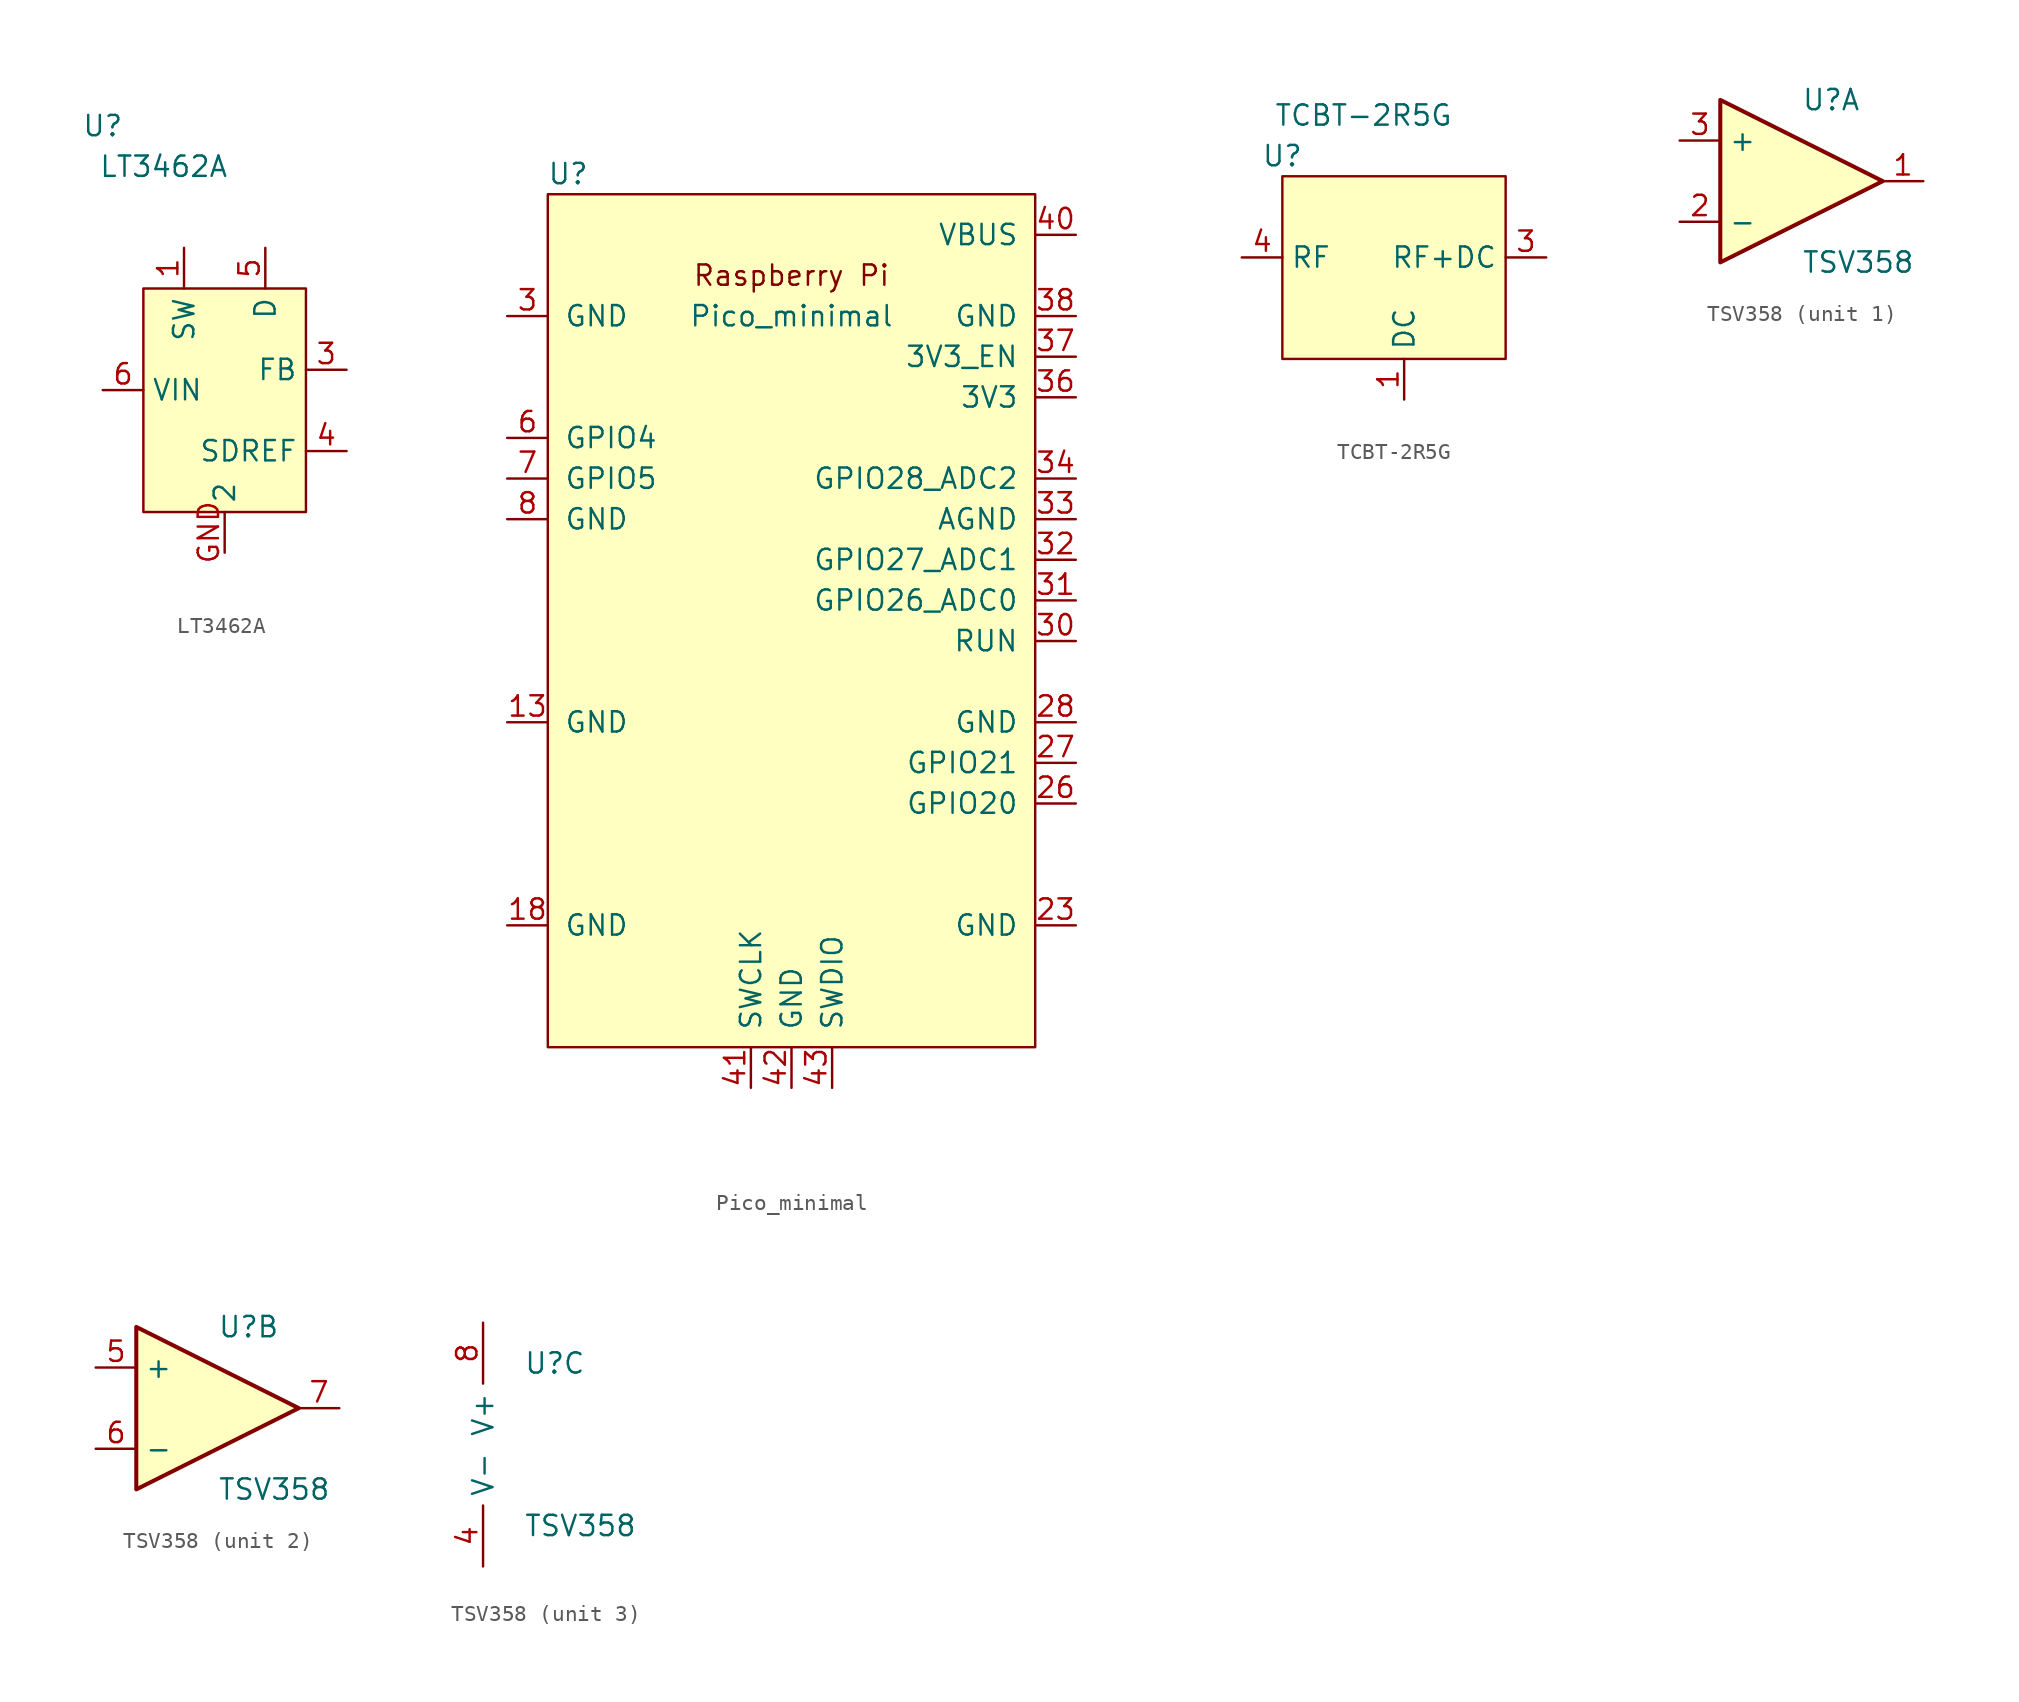
<source format=kicad_sym>
(kicad_symbol_lib
  (version 20211014)
  (generator kicad_symbol_editor)
  (symbol "LT3462A"
    (property "Reference" "U"
      (at -7.62 15.24 0)
      (effects (font (size 1.27 1.27))))
    (property "Value" "LT3462A"
      (at -3.81 12.7 0)
      (effects (font (size 1.27 1.27))))
    (symbol "LT3462A_0_1"
      (rectangle (start -5.08 5.08) (end 5.08 -8.89) (stroke (width 0) (type default) (color 0 0 0 0)) (fill (type background))))
    (symbol "LT3462A_1_1"
      (pin input line (at -2.54 7.62 270) (length 2.54) (name "SW" (effects (font (size 1.27 1.27)))) (number "1" (effects (font (size 1.27 1.27)))))
      (pin input line (at 7.62 0 180) (length 2.54) (name "FB" (effects (font (size 1.27 1.27)))) (number "3" (effects (font (size 1.27 1.27)))))
      (pin input line (at 7.62 -5.08 180) (length 2.54) (name "SDREF" (effects (font (size 1.27 1.27)))) (number "4" (effects (font (size 1.27 1.27)))))
      (pin input line (at 2.54 7.62 270) (length 2.54) (name "D" (effects (font (size 1.27 1.27)))) (number "5" (effects (font (size 1.27 1.27)))))
      (pin input line (at -7.62 -1.27 0) (length 2.54) (name "VIN" (effects (font (size 1.27 1.27)))) (number "6" (effects (font (size 1.27 1.27)))))
      (pin input line (at 0 -11.43 90) (length 2.54) (name "2" (effects (font (size 1.27 1.27)))) (number "GND" (effects (font (size 1.27 1.27)))))))
  (symbol "Pico_minimal"
    (pin_names
      (offset 1.016))
    (property "Reference" "U"
      (at -13.97 27.94 0)
      (effects (font (size 1.27 1.27))))
    (property "Value" "Pico_minimal"
      (at 0 19.05 0)
      (effects (font (size 1.27 1.27))))
    (symbol "Pico_minimal_0_0"
      (text "Raspberry Pi" (at 0 21.59 0) (effects (font (size 1.27 1.27)))))
    (symbol "Pico_minimal_0_1"
      (rectangle (start -15.24 26.67) (end 15.24 -26.67) (stroke (width 0) (type default) (color 0 0 0 0)) (fill (type background))))
    (symbol "Pico_minimal_1_1"
      (pin power_in line (at -17.78 -6.35 0) (length 2.54) (name "GND" (effects (font (size 1.27 1.27)))) (number "13" (effects (font (size 1.27 1.27)))))
      (pin power_in line (at -17.78 -19.05 0) (length 2.54) (name "GND" (effects (font (size 1.27 1.27)))) (number "18" (effects (font (size 1.27 1.27)))))
      (pin power_in line (at 17.78 -19.05 180) (length 2.54) (name "GND" (effects (font (size 1.27 1.27)))) (number "23" (effects (font (size 1.27 1.27)))))
      (pin bidirectional line (at 17.78 -11.43 180) (length 2.54) (name "GPIO20" (effects (font (size 1.27 1.27)))) (number "26" (effects (font (size 1.27 1.27)))))
      (pin bidirectional line (at 17.78 -8.89 180) (length 2.54) (name "GPIO21" (effects (font (size 1.27 1.27)))) (number "27" (effects (font (size 1.27 1.27)))))
      (pin power_in line (at 17.78 -6.35 180) (length 2.54) (name "GND" (effects (font (size 1.27 1.27)))) (number "28" (effects (font (size 1.27 1.27)))))
      (pin power_in line (at -17.78 19.05 0) (length 2.54) (name "GND" (effects (font (size 1.27 1.27)))) (number "3" (effects (font (size 1.27 1.27)))))
      (pin input line (at 17.78 -1.27 180) (length 2.54) (name "RUN" (effects (font (size 1.27 1.27)))) (number "30" (effects (font (size 1.27 1.27)))))
      (pin bidirectional line (at 17.78 1.27 180) (length 2.54) (name "GPIO26_ADC0" (effects (font (size 1.27 1.27)))) (number "31" (effects (font (size 1.27 1.27)))))
      (pin bidirectional line (at 17.78 3.81 180) (length 2.54) (name "GPIO27_ADC1" (effects (font (size 1.27 1.27)))) (number "32" (effects (font (size 1.27 1.27)))))
      (pin power_in line (at 17.78 6.35 180) (length 2.54) (name "AGND" (effects (font (size 1.27 1.27)))) (number "33" (effects (font (size 1.27 1.27)))))
      (pin bidirectional line (at 17.78 8.89 180) (length 2.54) (name "GPIO28_ADC2" (effects (font (size 1.27 1.27)))) (number "34" (effects (font (size 1.27 1.27)))))
      (pin unspecified line (at 17.78 13.97 180) (length 2.54) (name "3V3" (effects (font (size 1.27 1.27)))) (number "36" (effects (font (size 1.27 1.27)))))
      (pin input line (at 17.78 16.51 180) (length 2.54) (name "3V3_EN" (effects (font (size 1.27 1.27)))) (number "37" (effects (font (size 1.27 1.27)))))
      (pin bidirectional line (at 17.78 19.05 180) (length 2.54) (name "GND" (effects (font (size 1.27 1.27)))) (number "38" (effects (font (size 1.27 1.27)))))
      (pin unspecified line (at 17.78 24.13 180) (length 2.54) (name "VBUS" (effects (font (size 1.27 1.27)))) (number "40" (effects (font (size 1.27 1.27)))))
      (pin input line (at -2.54 -29.21 90) (length 2.54) (name "SWCLK" (effects (font (size 1.27 1.27)))) (number "41" (effects (font (size 1.27 1.27)))))
      (pin power_in line (at 0 -29.21 90) (length 2.54) (name "GND" (effects (font (size 1.27 1.27)))) (number "42" (effects (font (size 1.27 1.27)))))
      (pin bidirectional line (at 2.54 -29.21 90) (length 2.54) (name "SWDIO" (effects (font (size 1.27 1.27)))) (number "43" (effects (font (size 1.27 1.27)))))
      (pin bidirectional line (at -17.78 11.43 0) (length 2.54) (name "GPIO4" (effects (font (size 1.27 1.27)))) (number "6" (effects (font (size 1.27 1.27)))))
      (pin bidirectional line (at -17.78 8.89 0) (length 2.54) (name "GPIO5" (effects (font (size 1.27 1.27)))) (number "7" (effects (font (size 1.27 1.27)))))
      (pin power_in line (at -17.78 6.35 0) (length 2.54) (name "GND" (effects (font (size 1.27 1.27)))) (number "8" (effects (font (size 1.27 1.27)))))))
  (symbol "TCBT-2R5G"
    (property "Reference" "U"
      (at -7.62 7.62 0)
      (effects (font (size 1.27 1.27))))
    (property "Value" "TCBT-2R5G"
      (at -2.54 10.16 0)
      (effects (font (size 1.27 1.27))))
    (symbol "TCBT-2R5G_0_1"
      (rectangle (start -7.62 6.35) (end 6.35 -5.08) (stroke (width 0) (type default) (color 0 0 0 0)) (fill (type background))))
    (symbol "TCBT-2R5G_1_1"
      (pin input line (at 0 -7.62 90) (length 2.54) (name "DC" (effects (font (size 1.27 1.27)))) (number "1" (effects (font (size 1.27 1.27)))))
      (pin no_connect line (at 0 11.43 0) (length 2.54) hide (name "NC" (effects (font (size 1.27 1.27)))) (number "2" (effects (font (size 1.27 1.27)))))
      (pin output line (at 8.89 1.27 180) (length 2.54) (name "RF+DC" (effects (font (size 1.27 1.27)))) (number "3" (effects (font (size 1.27 1.27)))))
      (pin input line (at -10.16 1.27 0) (length 2.54) (name "RF" (effects (font (size 1.27 1.27)))) (number "4" (effects (font (size 1.27 1.27)))))))
  (symbol "TSV358"
    (property "Reference" "U"
      (at 0 5.08 0)
      (effects (font (size 1.27 1.27)) (justify left)))
    (property "Value" "TSV358"
      (at 0 -5.08 0)
      (effects (font (size 1.27 1.27)) (justify left)))
    (property "ki_locked" ""
      (at 0 0 0)
      (effects (font (size 1.27 1.27))))
    (symbol "TSV358_1_1"
      (polyline (pts (xy -5.08 5.08) (xy 5.08 0) (xy -5.08 -5.08) (xy -5.08 5.08)) (stroke (width 0.254) (type default) (color 0 0 0 0)) (fill (type background)))
      (pin output line (at 7.62 0 180) (length 2.54) (name "~" (effects (font (size 1.27 1.27)))) (number "1" (effects (font (size 1.27 1.27)))))
      (pin input line (at -7.62 -2.54 0) (length 2.54) (name "-" (effects (font (size 1.27 1.27)))) (number "2" (effects (font (size 1.27 1.27)))))
      (pin input line (at -7.62 2.54 0) (length 2.54) (name "+" (effects (font (size 1.27 1.27)))) (number "3" (effects (font (size 1.27 1.27))))))
    (symbol "TSV358_2_1"
      (polyline (pts (xy -5.08 5.08) (xy 5.08 0) (xy -5.08 -5.08) (xy -5.08 5.08)) (stroke (width 0.254) (type default) (color 0 0 0 0)) (fill (type background)))
      (pin input line (at -7.62 2.54 0) (length 2.54) (name "+" (effects (font (size 1.27 1.27)))) (number "5" (effects (font (size 1.27 1.27)))))
      (pin input line (at -7.62 -2.54 0) (length 2.54) (name "-" (effects (font (size 1.27 1.27)))) (number "6" (effects (font (size 1.27 1.27)))))
      (pin output line (at 7.62 0 180) (length 2.54) (name "~" (effects (font (size 1.27 1.27)))) (number "7" (effects (font (size 1.27 1.27))))))
    (symbol "TSV358_3_1"
      (pin power_in line (at -2.54 -7.62 90) (length 3.81) (name "V-" (effects (font (size 1.27 1.27)))) (number "4" (effects (font (size 1.27 1.27)))))
      (pin power_in line (at -2.54 7.62 270) (length 3.81) (name "V+" (effects (font (size 1.27 1.27)))) (number "8" (effects (font (size 1.27 1.27))))))))
</source>
